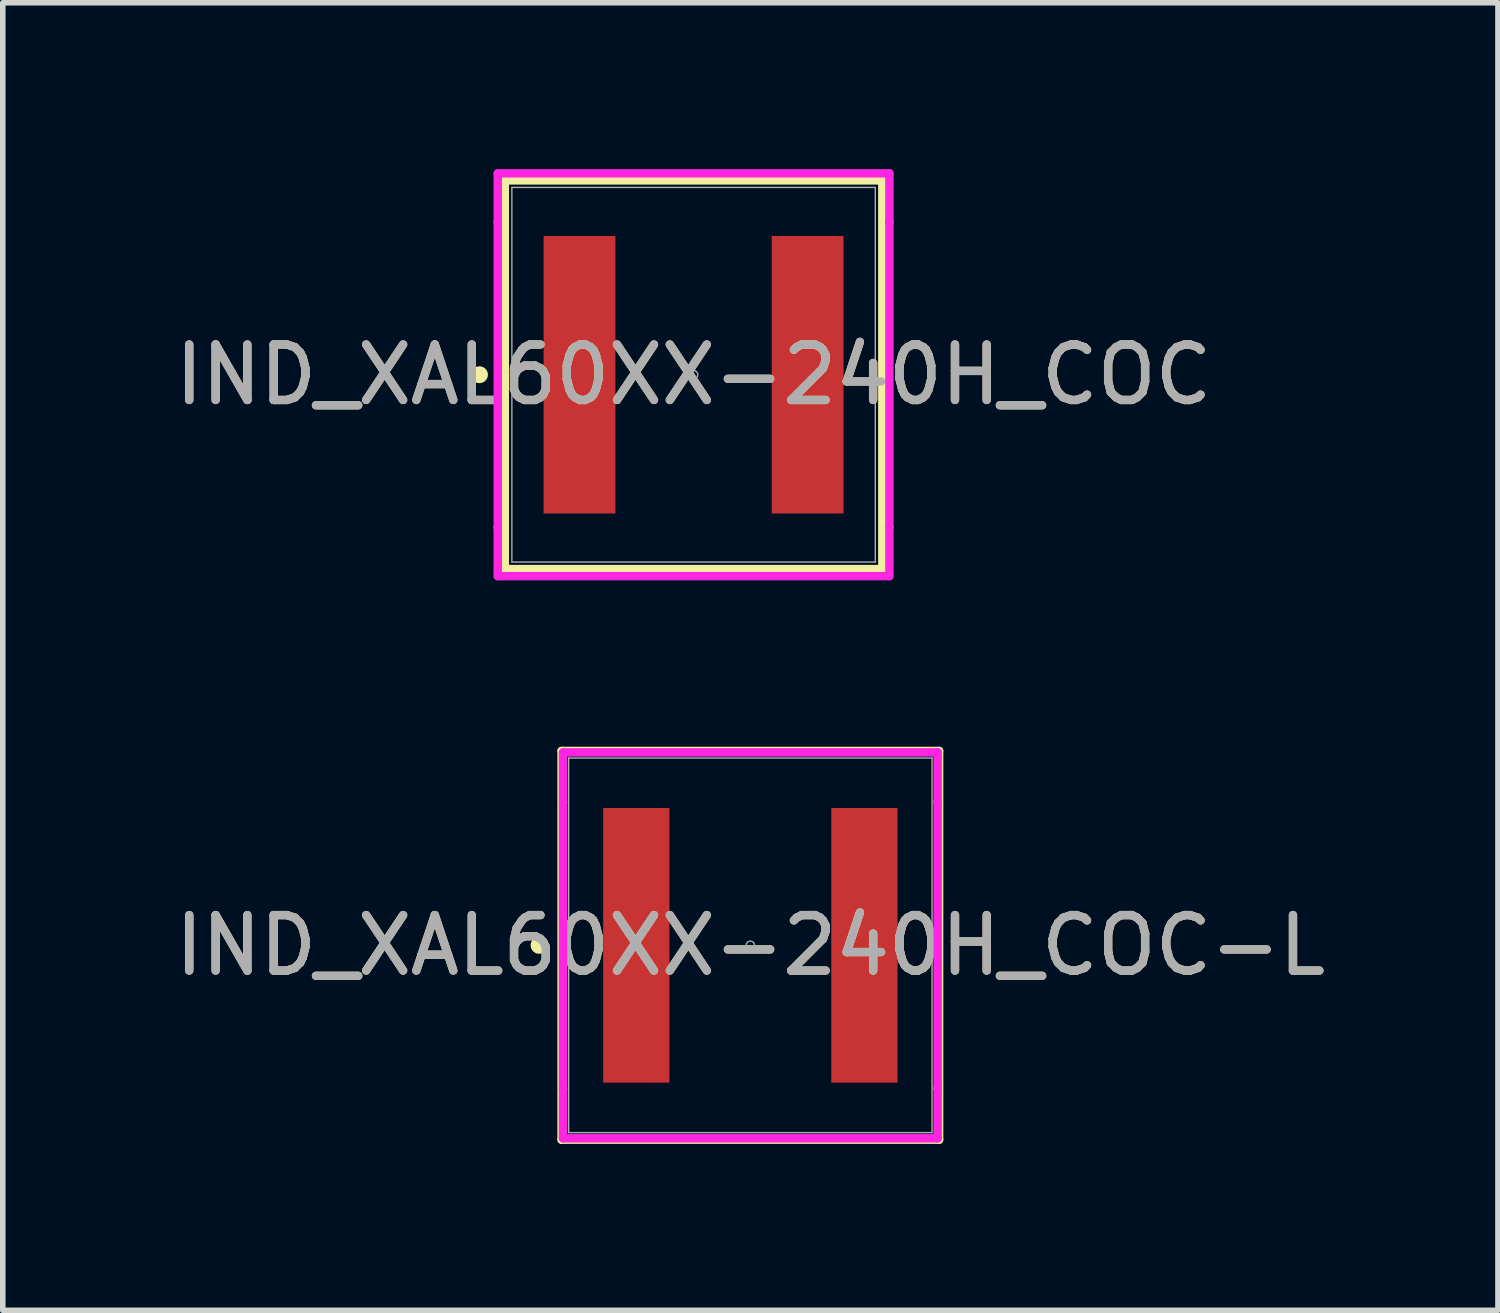
<source format=kicad_pcb>
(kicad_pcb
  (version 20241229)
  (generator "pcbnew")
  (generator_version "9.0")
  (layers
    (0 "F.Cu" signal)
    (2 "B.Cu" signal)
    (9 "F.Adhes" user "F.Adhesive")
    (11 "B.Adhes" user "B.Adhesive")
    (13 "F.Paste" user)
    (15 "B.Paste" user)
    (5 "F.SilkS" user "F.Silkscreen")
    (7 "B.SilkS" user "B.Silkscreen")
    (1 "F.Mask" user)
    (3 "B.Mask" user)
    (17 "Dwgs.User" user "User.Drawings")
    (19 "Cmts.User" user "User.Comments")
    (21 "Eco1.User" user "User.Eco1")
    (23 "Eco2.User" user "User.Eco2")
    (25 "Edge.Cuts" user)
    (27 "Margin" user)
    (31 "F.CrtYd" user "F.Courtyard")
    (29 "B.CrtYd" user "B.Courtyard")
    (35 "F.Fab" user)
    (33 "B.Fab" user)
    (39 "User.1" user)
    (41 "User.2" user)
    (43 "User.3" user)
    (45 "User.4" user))
  (footprint "IND_XAL60XX-240H_COC"
    (layer "F.Cu")
    (at 9.458 3.708)
    (property "Reference" "IND_XAL60XX-240H_COC" (at 0 0 0) (unlocked yes) (layer "F.SilkS") (effects (font (size 1 1) (thickness 0.15))))
    (attr smd)
    (fp_line (start -3.404 -3.505) (end -3.404 3.505) (stroke (width 0.152) (type solid)) (layer "F.SilkS"))
    (fp_line (start -3.404 3.505) (end 3.404 3.505) (stroke (width 0.152) (type solid)) (layer "F.SilkS"))
    (fp_line (start 3.404 -3.505) (end -3.404 -3.505) (stroke (width 0.152) (type solid)) (layer "F.SilkS"))
    (fp_line (start 3.404 3.505) (end 3.404 -3.505) (stroke (width 0.152) (type solid)) (layer "F.SilkS"))
    (fp_circle (center -3.861 0) (end -3.785 0) (stroke (width 0.152) (type solid)) (fill no) (layer "F.SilkS"))
    (fp_line (start -3.531 -3.632) (end 3.531 -3.632) (stroke (width 0.152) (type solid)) (layer "F.CrtYd"))
    (fp_line (start -3.531 -2.756) (end -3.531 -3.632) (stroke (width 0.152) (type solid)) (layer "F.CrtYd"))
    (fp_line (start -3.531 -2.756) (end -3.531 -2.756) (stroke (width 0.152) (type solid)) (layer "F.CrtYd"))
    (fp_line (start -3.531 2.756) (end -3.531 -2.756) (stroke (width 0.152) (type solid)) (layer "F.CrtYd"))
    (fp_line (start -3.531 2.756) (end -3.531 2.756) (stroke (width 0.152) (type solid)) (layer "F.CrtYd"))
    (fp_line (start -3.531 3.632) (end -3.531 2.756) (stroke (width 0.152) (type solid)) (layer "F.CrtYd"))
    (fp_line (start 3.531 -3.632) (end 3.531 -2.756) (stroke (width 0.152) (type solid)) (layer "F.CrtYd"))
    (fp_line (start 3.531 -2.756) (end 3.531 -2.756) (stroke (width 0.152) (type solid)) (layer "F.CrtYd"))
    (fp_line (start 3.531 -2.756) (end 3.531 2.756) (stroke (width 0.152) (type solid)) (layer "F.CrtYd"))
    (fp_line (start 3.531 2.756) (end 3.531 2.756) (stroke (width 0.152) (type solid)) (layer "F.CrtYd"))
    (fp_line (start 3.531 2.756) (end 3.531 3.632) (stroke (width 0.152) (type solid)) (layer "F.CrtYd"))
    (fp_line (start 3.531 3.632) (end -3.531 3.632) (stroke (width 0.152) (type solid)) (layer "F.CrtYd"))
    (fp_line (start -3.277 -3.378) (end -3.277 3.378) (stroke (width 0.025) (type solid)) (layer "F.Fab"))
    (fp_line (start -3.277 3.378) (end 3.277 3.378) (stroke (width 0.025) (type solid)) (layer "F.Fab"))
    (fp_line (start 3.277 -3.378) (end -3.277 -3.378) (stroke (width 0.025) (type solid)) (layer "F.Fab"))
    (fp_line (start 3.277 3.378) (end 3.277 -3.378) (stroke (width 0.025) (type solid)) (layer "F.Fab"))
    (fp_circle (center 0 0) (end 0.076 0) (stroke (width 0.025) (type solid)) (fill no) (layer "F.Fab"))
    (fp_text user "${REFERENCE}" (at 0 0 0) (unlocked yes) (layer "F.Fab") (effects (font (size 1 1) (thickness 0.15))))
    (pad "1" smd rect (at -2.057 0) (size 1.295 5.004) (layers "F.Cu" "F.Mask" "F.Paste"))
    (pad "2" smd rect (at 2.057 0) (size 1.295 5.004) (layers "F.Cu" "F.Mask" "F.Paste")))
  (footprint "IND_XAL60XX-240H_COC-L"
    (layer "F.Cu")
    (at 10.482 13.998)
    (property "Reference" "IND_XAL60XX-240H_COC-L" (at 0 0 0) (unlocked yes) (layer "F.SilkS") (effects (font (size 1 1) (thickness 0.15))))
    (attr smd)
    (fp_line (start -3.404 -3.505) (end -3.404 3.505) (stroke (width 0.152) (type solid)) (layer "F.SilkS"))
    (fp_line (start -3.404 3.505) (end 3.404 3.505) (stroke (width 0.152) (type solid)) (layer "F.SilkS"))
    (fp_line (start 3.404 -3.505) (end -3.404 -3.505) (stroke (width 0.152) (type solid)) (layer "F.SilkS"))
    (fp_line (start 3.404 3.505) (end 3.404 -3.505) (stroke (width 0.152) (type solid)) (layer "F.SilkS"))
    (fp_circle (center -3.811 0) (end -3.735 0) (stroke (width 0.152) (type solid)) (fill no) (layer "F.SilkS"))
    (fp_line (start -3.378 -3.48) (end 3.378 -3.48) (stroke (width 0.152) (type solid)) (layer "F.CrtYd"))
    (fp_line (start -3.378 -2.579) (end -3.378 -3.48) (stroke (width 0.152) (type solid)) (layer "F.CrtYd"))
    (fp_line (start -3.378 -2.579) (end -3.378 -2.579) (stroke (width 0.152) (type solid)) (layer "F.CrtYd"))
    (fp_line (start -3.378 2.579) (end -3.378 -2.579) (stroke (width 0.152) (type solid)) (layer "F.CrtYd"))
    (fp_line (start -3.378 2.579) (end -3.378 2.579) (stroke (width 0.152) (type solid)) (layer "F.CrtYd"))
    (fp_line (start -3.378 3.48) (end -3.378 2.579) (stroke (width 0.152) (type solid)) (layer "F.CrtYd"))
    (fp_line (start 3.378 -3.48) (end 3.378 -2.579) (stroke (width 0.152) (type solid)) (layer "F.CrtYd"))
    (fp_line (start 3.378 -2.579) (end 3.378 -2.579) (stroke (width 0.152) (type solid)) (layer "F.CrtYd"))
    (fp_line (start 3.378 -2.579) (end 3.378 2.579) (stroke (width 0.152) (type solid)) (layer "F.CrtYd"))
    (fp_line (start 3.378 2.579) (end 3.378 2.579) (stroke (width 0.152) (type solid)) (layer "F.CrtYd"))
    (fp_line (start 3.378 2.579) (end 3.378 3.48) (stroke (width 0.152) (type solid)) (layer "F.CrtYd"))
    (fp_line (start 3.378 3.48) (end -3.378 3.48) (stroke (width 0.152) (type solid)) (layer "F.CrtYd"))
    (fp_line (start -3.277 -3.378) (end -3.277 3.378) (stroke (width 0.025) (type solid)) (layer "F.Fab"))
    (fp_line (start -3.277 3.378) (end 3.277 3.378) (stroke (width 0.025) (type solid)) (layer "F.Fab"))
    (fp_line (start 3.277 -3.378) (end -3.277 -3.378) (stroke (width 0.025) (type solid)) (layer "F.Fab"))
    (fp_line (start 3.277 3.378) (end 3.277 -3.378) (stroke (width 0.025) (type solid)) (layer "F.Fab"))
    (fp_circle (center 0 0) (end 0.076 0) (stroke (width 0.025) (type solid)) (fill no) (layer "F.Fab"))
    (fp_text user "${REFERENCE}" (at 0 0 0) (unlocked yes) (layer "F.Fab") (effects (font (size 1 1) (thickness 0.15))))
    (pad "1" smd rect (at -2.057 0) (size 1.195 4.954) (layers "F.Cu" "F.Mask" "F.Paste"))
    (pad "2" smd rect (at 2.057 0) (size 1.195 4.954) (layers "F.Cu" "F.Mask" "F.Paste")))
  (gr_rect
    (start -3 -3)
    (end 23.964 20.58)
    (stroke (width 0.1) (type default))
    (fill no)
    (layer "Edge.Cuts")))
</source>
